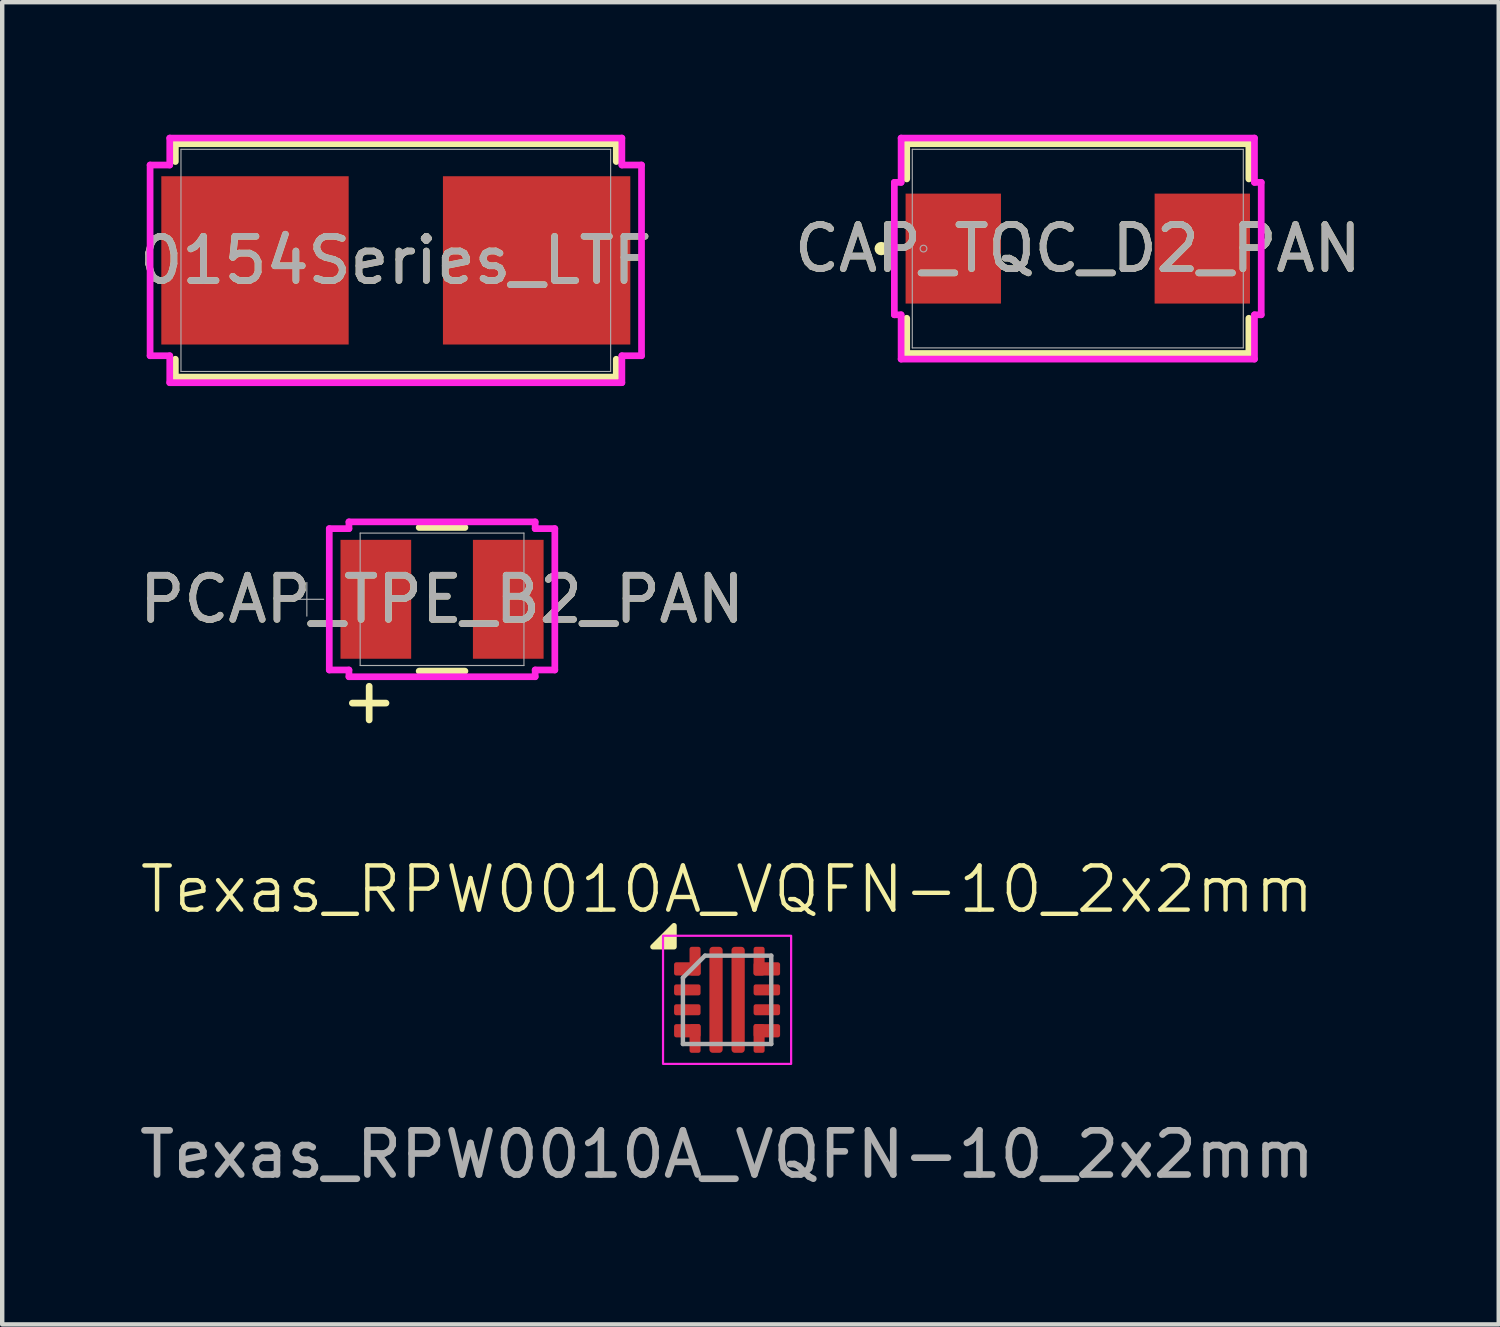
<source format=kicad_pcb>
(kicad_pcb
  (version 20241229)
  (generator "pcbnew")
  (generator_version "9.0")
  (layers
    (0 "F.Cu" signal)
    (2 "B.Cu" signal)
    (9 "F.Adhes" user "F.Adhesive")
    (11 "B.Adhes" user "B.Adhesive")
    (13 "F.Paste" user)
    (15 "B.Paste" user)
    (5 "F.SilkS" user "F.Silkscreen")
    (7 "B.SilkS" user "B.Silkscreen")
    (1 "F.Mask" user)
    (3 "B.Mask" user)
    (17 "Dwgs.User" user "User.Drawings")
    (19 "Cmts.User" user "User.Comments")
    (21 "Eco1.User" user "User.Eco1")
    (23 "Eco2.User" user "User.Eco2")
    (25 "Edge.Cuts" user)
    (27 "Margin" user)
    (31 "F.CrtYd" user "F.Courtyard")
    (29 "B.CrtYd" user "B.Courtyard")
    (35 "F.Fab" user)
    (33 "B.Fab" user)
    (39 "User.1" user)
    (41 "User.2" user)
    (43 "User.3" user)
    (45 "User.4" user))
  (footprint "CAP_TQC_D2_PAN"
    (layer "F.Cu")
    (at 21.351 2.578)
    (property "Reference" "CAP_TQC_D2_PAN" (at 0 0 0) (unlocked yes) (layer "F.SilkS") (effects (font (size 1 1) (thickness 0.15))))
    (attr smd)
    (fp_line (start -3.873 -2.375) (end -3.873 -1.577) (stroke (width 0.152) (type solid)) (layer "F.SilkS"))
    (fp_line (start -3.873 1.577) (end -3.873 2.375) (stroke (width 0.152) (type solid)) (layer "F.SilkS"))
    (fp_line (start -3.873 2.375) (end 3.873 2.375) (stroke (width 0.152) (type solid)) (layer "F.SilkS"))
    (fp_line (start 3.873 -2.375) (end -3.873 -2.375) (stroke (width 0.152) (type solid)) (layer "F.SilkS"))
    (fp_line (start 3.873 -1.577) (end 3.873 -2.375) (stroke (width 0.152) (type solid)) (layer "F.SilkS"))
    (fp_line (start 3.873 2.375) (end 3.873 1.577) (stroke (width 0.152) (type solid)) (layer "F.SilkS"))
    (fp_circle (center -4.45 0) (end -4.374 0) (stroke (width 0.152) (type solid)) (fill no) (layer "F.SilkS"))
    (fp_line (start -4.153 -1.499) (end -4 -1.499) (stroke (width 0.152) (type solid)) (layer "F.CrtYd"))
    (fp_line (start -4.153 1.499) (end -4.153 -1.499) (stroke (width 0.152) (type solid)) (layer "F.CrtYd"))
    (fp_line (start -4 -2.502) (end 4 -2.502) (stroke (width 0.152) (type solid)) (layer "F.CrtYd"))
    (fp_line (start -4 -1.499) (end -4 -2.502) (stroke (width 0.152) (type solid)) (layer "F.CrtYd"))
    (fp_line (start -4 1.499) (end -4.153 1.499) (stroke (width 0.152) (type solid)) (layer "F.CrtYd"))
    (fp_line (start -4 2.502) (end -4 1.499) (stroke (width 0.152) (type solid)) (layer "F.CrtYd"))
    (fp_line (start 4 -2.502) (end 4 -1.499) (stroke (width 0.152) (type solid)) (layer "F.CrtYd"))
    (fp_line (start 4 -1.499) (end 4.153 -1.499) (stroke (width 0.152) (type solid)) (layer "F.CrtYd"))
    (fp_line (start 4 1.499) (end 4 2.502) (stroke (width 0.152) (type solid)) (layer "F.CrtYd"))
    (fp_line (start 4 2.502) (end -4 2.502) (stroke (width 0.152) (type solid)) (layer "F.CrtYd"))
    (fp_line (start 4.153 -1.499) (end 4.153 1.499) (stroke (width 0.152) (type solid)) (layer "F.CrtYd"))
    (fp_line (start 4.153 1.499) (end 4 1.499) (stroke (width 0.152) (type solid)) (layer "F.CrtYd"))
    (fp_line (start -3.747 -2.248) (end -3.747 2.248) (stroke (width 0.025) (type solid)) (layer "F.Fab"))
    (fp_line (start -3.747 2.248) (end 3.747 2.248) (stroke (width 0.025) (type solid)) (layer "F.Fab"))
    (fp_line (start 3.747 -2.248) (end -3.747 -2.248) (stroke (width 0.025) (type solid)) (layer "F.Fab"))
    (fp_line (start 3.747 2.248) (end 3.747 -2.248) (stroke (width 0.025) (type solid)) (layer "F.Fab"))
    (fp_circle (center -3.493 0) (end -3.416 0) (stroke (width 0.025) (type solid)) (fill no) (layer "F.Fab"))
    (fp_text user "${REFERENCE}" (at 0 0 0) (unlocked yes) (layer "F.Fab") (effects (font (size 1 1) (thickness 0.15))))
    (pad "1" smd rect (at -2.819 0 90) (size 2.489 2.159) (layers "F.Cu" "F.Mask" "F.Paste"))
    (pad "2" smd rect (at 2.819 0 90) (size 2.489 2.159) (layers "F.Cu" "F.Mask" "F.Paste")))
  (footprint "Texas_RPW0010A_VQFN-10_2x2mm"
    (layer "F.Cu")
    (at 13.411 19.586)
    (property "Reference" "Texas_RPW0010A_VQFN-10_2x2mm" (at 0 -2.5 0) (unlocked yes) (layer "F.SilkS") (effects (font (size 1 1) (thickness 0.1))))
    (attr smd)
    (fp_poly (pts (xy -1.2 -1.2) (xy -1.68 -1.2) (xy -1.2 -1.68) (xy -1.2 -1.2)) (stroke (width 0.12) (type solid)) (fill yes) (layer "F.SilkS"))
    (fp_rect (start -1.45 -1.45) (end 1.45 1.45) (stroke (width 0.05) (type default)) (fill no) (layer "F.CrtYd"))
    (fp_line (start -1 1) (end -1 -0.5) (stroke (width 0.1) (type default)) (layer "F.Fab"))
    (fp_line (start -0.5 -1) (end -1 -0.5) (stroke (width 0.1) (type default)) (layer "F.Fab"))
    (fp_line (start -0.5 -1) (end 1 -1) (stroke (width 0.1) (type default)) (layer "F.Fab"))
    (fp_line (start 1 -1) (end 1 1) (stroke (width 0.1) (type default)) (layer "F.Fab"))
    (fp_line (start 1 1) (end -1 1) (stroke (width 0.1) (type default)) (layer "F.Fab"))
    (fp_text user "${REFERENCE}" (at 0 3.5 0) (unlocked yes) (layer "F.Fab") (effects (font (size 1 1) (thickness 0.15))))
    (pad "" smd roundrect (at -0.9 -0.688) (size 0.6 0.275) (layers "F.Paste") (roundrect_rratio 0.182))
    (pad "" smd roundrect (at -0.9 0.688) (size 0.6 0.275) (layers "F.Paste") (roundrect_rratio 0.182))
    (pad "" smd roundrect (at -0.713 -0.875) (size 0.225 0.65) (layers "F.Paste") (roundrect_rratio 0.222))
    (pad "" smd roundrect (at -0.713 0.875) (size 0.225 0.65) (layers "F.Paste") (roundrect_rratio 0.222))
    (pad "" smd roundrect (at -0.25 -0.63) (size 0.28 1.06) (layers "F.Paste") (roundrect_rratio 0.179))
    (pad "" smd roundrect (at -0.25 0.63) (size 0.28 1.06) (layers "F.Paste") (roundrect_rratio 0.179))
    (pad "" smd roundrect (at 0.25 -0.63) (size 0.28 1.06) (layers "F.Paste") (roundrect_rratio 0.179))
    (pad "" smd roundrect (at 0.25 0.63) (size 0.28 1.06) (layers "F.Paste") (roundrect_rratio 0.179))
    (pad "" smd roundrect (at 0.713 -0.875) (size 0.225 0.65) (layers "F.Paste") (roundrect_rratio 0.222))
    (pad "" smd roundrect (at 0.713 0.875) (size 0.225 0.65) (layers "F.Paste") (roundrect_rratio 0.222))
    (pad "" smd roundrect (at 0.9 -0.688) (size 0.6 0.275) (layers "F.Paste") (roundrect_rratio 0.182))
    (pad "" smd roundrect (at 0.9 0.688) (size 0.6 0.275) (layers "F.Paste") (roundrect_rratio 0.182))
    (pad "1" smd roundrect (at -0.9 -0.7) (size 0.6 0.3) (layers "F.Cu" "F.Mask") (roundrect_rratio 0.167))
    (pad "1" smd roundrect (at -0.725 -0.875 180) (size 0.25 0.65) (layers "F.Cu" "F.Mask") (roundrect_rratio 0.2))
    (pad "2" smd roundrect (at -0.9 -0.225) (size 0.6 0.25) (layers "F.Cu" "F.Mask" "F.Paste") (roundrect_rratio 0.2))
    (pad "3" smd roundrect (at -0.9 0.225) (size 0.6 0.25) (layers "F.Cu" "F.Mask" "F.Paste") (roundrect_rratio 0.2))
    (pad "4" smd roundrect (at -0.9 0.7) (size 0.6 0.3) (layers "F.Cu" "F.Mask") (roundrect_rratio 0.167))
    (pad "4" smd roundrect (at -0.725 0.875 180) (size 0.25 0.65) (layers "F.Cu" "F.Mask") (roundrect_rratio 0.2))
    (pad "5" smd roundrect (at -0.25 0) (size 0.3 2.4) (layers "F.Cu" "F.Mask") (roundrect_rratio 0.25))
    (pad "6" smd roundrect (at 0.25 0) (size 0.3 2.4) (layers "F.Cu" "F.Mask") (roundrect_rratio 0.25))
    (pad "7" smd roundrect (at 0.725 0.875 180) (size 0.25 0.65) (layers "F.Cu" "F.Mask") (roundrect_rratio 0.2))
    (pad "7" smd roundrect (at 0.9 0.7 180) (size 0.6 0.3) (layers "F.Cu" "F.Mask") (roundrect_rratio 0.167))
    (pad "8" smd roundrect (at 0.9 0.225 180) (size 0.6 0.25) (layers "F.Cu" "F.Mask" "F.Paste") (roundrect_rratio 0.2))
    (pad "9" smd roundrect (at 0.9 -0.225 180) (size 0.6 0.25) (layers "F.Cu" "F.Mask" "F.Paste") (roundrect_rratio 0.2))
    (pad "10" smd roundrect (at 0.725 -0.875 180) (size 0.25 0.65) (layers "F.Cu" "F.Mask") (roundrect_rratio 0.2))
    (pad "10" smd roundrect (at 0.9 -0.7 180) (size 0.6 0.3) (layers "F.Cu" "F.Mask") (roundrect_rratio 0.167)))
  (footprint "0154Series_LTF"
    (layer "F.Cu")
    (at 5.911 2.845)
    (property "Reference" "0154Series_LTF" (at 0 0 0) (unlocked yes) (layer "F.SilkS") (effects (font (size 1 1) (thickness 0.15))))
    (attr smd)
    (fp_line (start -4.991 -2.642) (end -4.991 -2.238) (stroke (width 0.152) (type solid)) (layer "F.SilkS"))
    (fp_line (start -4.991 2.238) (end -4.991 2.642) (stroke (width 0.152) (type solid)) (layer "F.SilkS"))
    (fp_line (start -4.991 2.642) (end 4.991 2.642) (stroke (width 0.152) (type solid)) (layer "F.SilkS"))
    (fp_line (start 4.991 -2.642) (end -4.991 -2.642) (stroke (width 0.152) (type solid)) (layer "F.SilkS"))
    (fp_line (start 4.991 -2.238) (end 4.991 -2.642) (stroke (width 0.152) (type solid)) (layer "F.SilkS"))
    (fp_line (start 4.991 2.642) (end 4.991 2.238) (stroke (width 0.152) (type solid)) (layer "F.SilkS"))
    (fp_line (start -5.563 -2.159) (end -5.118 -2.159) (stroke (width 0.152) (type solid)) (layer "F.CrtYd"))
    (fp_line (start -5.563 2.159) (end -5.563 -2.159) (stroke (width 0.152) (type solid)) (layer "F.CrtYd"))
    (fp_line (start -5.118 -2.769) (end 5.118 -2.769) (stroke (width 0.152) (type solid)) (layer "F.CrtYd"))
    (fp_line (start -5.118 -2.159) (end -5.118 -2.769) (stroke (width 0.152) (type solid)) (layer "F.CrtYd"))
    (fp_line (start -5.118 2.159) (end -5.563 2.159) (stroke (width 0.152) (type solid)) (layer "F.CrtYd"))
    (fp_line (start -5.118 2.769) (end -5.118 2.159) (stroke (width 0.152) (type solid)) (layer "F.CrtYd"))
    (fp_line (start 5.118 -2.769) (end 5.118 -2.159) (stroke (width 0.152) (type solid)) (layer "F.CrtYd"))
    (fp_line (start 5.118 -2.159) (end 5.563 -2.159) (stroke (width 0.152) (type solid)) (layer "F.CrtYd"))
    (fp_line (start 5.118 2.159) (end 5.118 2.769) (stroke (width 0.152) (type solid)) (layer "F.CrtYd"))
    (fp_line (start 5.118 2.769) (end -5.118 2.769) (stroke (width 0.152) (type solid)) (layer "F.CrtYd"))
    (fp_line (start 5.563 -2.159) (end 5.563 2.159) (stroke (width 0.152) (type solid)) (layer "F.CrtYd"))
    (fp_line (start 5.563 2.159) (end 5.118 2.159) (stroke (width 0.152) (type solid)) (layer "F.CrtYd"))
    (fp_line (start -4.864 -2.515) (end -4.864 2.515) (stroke (width 0.025) (type solid)) (layer "F.Fab"))
    (fp_line (start -4.864 2.515) (end 4.864 2.515) (stroke (width 0.025) (type solid)) (layer "F.Fab"))
    (fp_line (start 4.864 -2.515) (end -4.864 -2.515) (stroke (width 0.025) (type solid)) (layer "F.Fab"))
    (fp_line (start 4.864 2.515) (end 4.864 -2.515) (stroke (width 0.025) (type solid)) (layer "F.Fab"))
    (fp_text user "${REFERENCE}" (at 0 0 0) (unlocked yes) (layer "F.Fab") (effects (font (size 1 1) (thickness 0.15))))
    (pad "1" smd rect (at -3.188 0) (size 4.242 3.81) (layers "F.Cu" "F.Mask" "F.Paste"))
    (pad "2" smd rect (at 3.188 0) (size 4.242 3.81) (layers "F.Cu" "F.Mask" "F.Paste"))
    (zone (net_name "") (layer "F.Cu") (hatch full 0.508) (connect_pads) (min_thickness 0.254) (filled_areas_thickness no) (keepout (tracks not_allowed) (vias not_allowed) (pads allowed) (copperpour not_allowed) (footprints allowed)) (placement (enabled no)) (fill) (polygon (pts (xy 4.641 0.889) (xy 7.181 0.889) (xy 7.181 4.801) (xy 4.641 4.801)))))
  (footprint "PCAP_TPE_B2_PAN"
    (layer "F.Cu")
    (at 6.958 10.518)
    (property "Reference" "PCAP_TPE_B2_PAN" (at 0 0 0) (unlocked yes) (layer "F.SilkS") (effects (font (size 1 1) (thickness 0.15))))
    (attr smd)
    (fp_line (start -1.65 1.969) (end -1.65 2.731) (stroke (width 0.152) (type solid)) (layer "F.SilkS"))
    (fp_line (start -1.269 2.35) (end -2.031 2.35) (stroke (width 0.152) (type solid)) (layer "F.SilkS"))
    (fp_line (start -0.518 1.626) (end 0.518 1.626) (stroke (width 0.152) (type solid)) (layer "F.SilkS"))
    (fp_line (start 0.518 -1.626) (end -0.518 -1.626) (stroke (width 0.152) (type solid)) (layer "F.SilkS"))
    (fp_line (start -2.553 -1.6) (end -2.108 -1.6) (stroke (width 0.152) (type solid)) (layer "F.CrtYd"))
    (fp_line (start -2.553 1.6) (end -2.553 -1.6) (stroke (width 0.152) (type solid)) (layer "F.CrtYd"))
    (fp_line (start -2.108 -1.753) (end 2.108 -1.753) (stroke (width 0.152) (type solid)) (layer "F.CrtYd"))
    (fp_line (start -2.108 -1.6) (end -2.108 -1.753) (stroke (width 0.152) (type solid)) (layer "F.CrtYd"))
    (fp_line (start -2.108 1.6) (end -2.553 1.6) (stroke (width 0.152) (type solid)) (layer "F.CrtYd"))
    (fp_line (start -2.108 1.753) (end -2.108 1.6) (stroke (width 0.152) (type solid)) (layer "F.CrtYd"))
    (fp_line (start 2.108 -1.753) (end 2.108 -1.6) (stroke (width 0.152) (type solid)) (layer "F.CrtYd"))
    (fp_line (start 2.108 -1.6) (end 2.553 -1.6) (stroke (width 0.152) (type solid)) (layer "F.CrtYd"))
    (fp_line (start 2.108 1.6) (end 2.108 1.753) (stroke (width 0.152) (type solid)) (layer "F.CrtYd"))
    (fp_line (start 2.108 1.753) (end -2.108 1.753) (stroke (width 0.152) (type solid)) (layer "F.CrtYd"))
    (fp_line (start 2.553 -1.6) (end 2.553 1.6) (stroke (width 0.152) (type solid)) (layer "F.CrtYd"))
    (fp_line (start 2.553 1.6) (end 2.108 1.6) (stroke (width 0.152) (type solid)) (layer "F.CrtYd"))
    (fp_line (start -3.061 -0.381) (end -3.061 0.381) (stroke (width 0.025) (type solid)) (layer "F.Fab"))
    (fp_line (start -2.68 0) (end -3.442 0) (stroke (width 0.025) (type solid)) (layer "F.Fab"))
    (fp_line (start -1.854 -1.499) (end -1.854 1.499) (stroke (width 0.025) (type solid)) (layer "F.Fab"))
    (fp_line (start -1.854 1.499) (end 1.854 1.499) (stroke (width 0.025) (type solid)) (layer "F.Fab"))
    (fp_line (start 1.854 -1.499) (end -1.854 -1.499) (stroke (width 0.025) (type solid)) (layer "F.Fab"))
    (fp_line (start 1.854 1.499) (end 1.854 -1.499) (stroke (width 0.025) (type solid)) (layer "F.Fab"))
    (fp_text user "${REFERENCE}" (at 0 0 0) (unlocked yes) (layer "F.Fab") (effects (font (size 1 1) (thickness 0.15))))
    (pad "1" smd rect (at -1.499 0) (size 1.6 2.692) (layers "F.Cu" "F.Mask" "F.Paste"))
    (pad "2" smd rect (at 1.499 0) (size 1.6 2.692) (layers "F.Cu" "F.Mask" "F.Paste"))
    (zone (net_name "") (layer "F.Cu") (hatch full 0.508) (connect_pads) (min_thickness 0.254) (filled_areas_thickness no) (keepout (tracks not_allowed) (vias not_allowed) (pads allowed) (copperpour not_allowed) (footprints allowed)) (placement (enabled no)) (fill) (polygon (pts (xy 6.311 9.071) (xy 7.606 9.071) (xy 7.606 11.966) (xy 6.311 11.966)))))
  (gr_rect
    (start -3 -3)
    (end 30.881 26.934)
    (stroke (width 0.1) (type default))
    (fill no)
    (layer "Edge.Cuts")))
</source>
